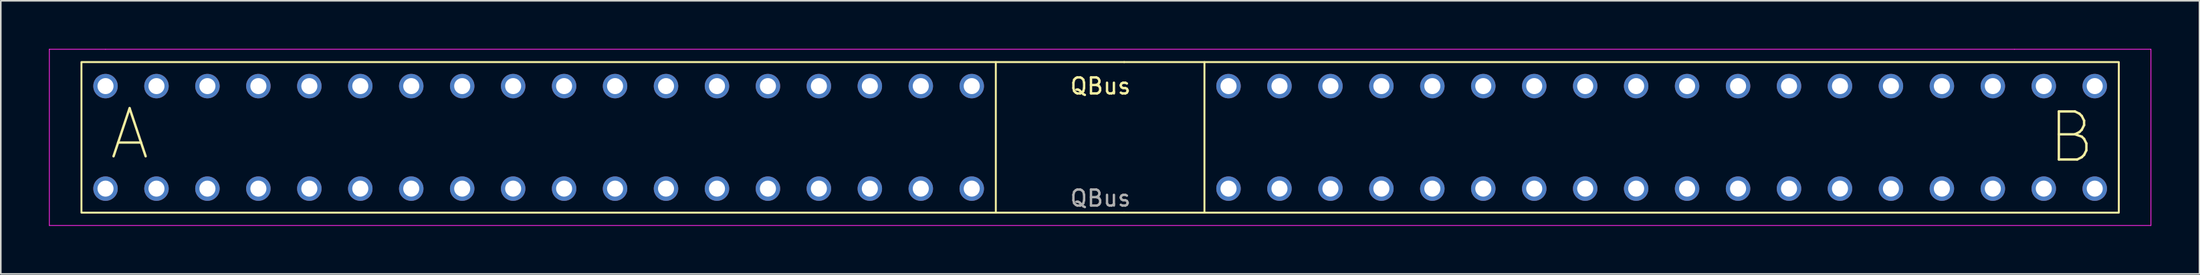
<source format=kicad_pcb>
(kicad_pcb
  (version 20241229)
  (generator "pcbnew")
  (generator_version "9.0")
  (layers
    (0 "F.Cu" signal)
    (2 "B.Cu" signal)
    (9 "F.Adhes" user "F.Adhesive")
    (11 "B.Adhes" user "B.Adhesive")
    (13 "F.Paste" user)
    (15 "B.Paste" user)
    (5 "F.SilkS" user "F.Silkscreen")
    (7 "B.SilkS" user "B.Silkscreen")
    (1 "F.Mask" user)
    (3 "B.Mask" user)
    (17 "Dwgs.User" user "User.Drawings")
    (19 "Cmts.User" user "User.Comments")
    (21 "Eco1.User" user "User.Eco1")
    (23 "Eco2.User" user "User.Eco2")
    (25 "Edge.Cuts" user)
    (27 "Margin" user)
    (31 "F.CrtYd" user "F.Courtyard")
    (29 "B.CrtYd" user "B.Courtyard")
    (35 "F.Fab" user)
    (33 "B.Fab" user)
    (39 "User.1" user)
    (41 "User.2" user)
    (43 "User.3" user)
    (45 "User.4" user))
  (footprint "QBus"
    (layer "F.Cu")
    (at 3.525 2.325)
    (property "Reference" "QBus" (at 62 0 0) (unlocked yes) (layer "F.SilkS") (effects (font (size 1 1) (thickness 0.15))))
    (attr through_hole)
    (fp_line (start 55.475 -1.5) (end 63.475 -1.5) (stroke (width 0.12) (type solid)) (layer "F.SilkS"))
    (fp_line (start 55.475 7.9) (end 63.475 7.9) (stroke (width 0.12) (type solid)) (layer "F.SilkS"))
    (fp_line (start 63.475 -1.5) (end 68.475 -1.5) (stroke (width 0.12) (type solid)) (layer "F.SilkS"))
    (fp_line (start 63.475 7.9) (end 68.475 7.9) (stroke (width 0.12) (type solid)) (layer "F.SilkS"))
    (fp_rect (start -1.5 -1.5) (end 55.475 7.9) (stroke (width 0.12) (type solid)) (fill no) (layer "F.SilkS"))
    (fp_rect (start 68.475 -1.5) (end 125.45 7.9) (stroke (width 0.12) (type solid)) (fill no) (layer "F.SilkS"))
    (fp_line (start -3.5 -2.3) (end -3.5 8.7) (stroke (width 0.05) (type solid)) (layer "F.CrtYd"))
    (fp_line (start 0 -2.3) (end -3.5 -2.3) (stroke (width 0.05) (type solid)) (layer "F.CrtYd"))
    (fp_line (start 0 -2.3) (end 118.95 -2.3) (stroke (width 0.05) (type solid)) (layer "F.CrtYd"))
    (fp_line (start 118.95 -2.3) (end 127.45 -2.3) (stroke (width 0.05) (type solid)) (layer "F.CrtYd"))
    (fp_line (start 127.45 -2.3) (end 127.45 8.7) (stroke (width 0.05) (type solid)) (layer "F.CrtYd"))
    (fp_line (start 127.45 8.7) (end -3.5 8.7) (stroke (width 0.05) (type solid)) (layer "F.CrtYd"))
    (fp_text user "A" (at 1.5 3 0) (unlocked yes) (layer "F.SilkS") (effects (font (size 3 3) (thickness 0.15))))
    (fp_text user "B" (at 122.5 3.2 0) (unlocked yes) (layer "F.SilkS") (effects (font (size 3 3) (thickness 0.15))))
    (fp_text user "${REFERENCE}" (at 62 7 0) (unlocked yes) (layer "F.Fab") (effects (font (size 1 1) (thickness 0.15))))
    (pad "AA1" thru_hole circle (at 0 0) (size 1.524 1.524) (drill 1) (layers "*.Cu" "*.Mask"))
    (pad "AA2" thru_hole circle (at 0 6.4) (size 1.524 1.524) (drill 1) (layers "*.Cu" "*.Mask"))
    (pad "AB1" thru_hole circle (at 3.175 0) (size 1.524 1.524) (drill 1) (layers "*.Cu" "*.Mask"))
    (pad "AB2" thru_hole circle (at 3.175 6.4) (size 1.524 1.524) (drill 1) (layers "*.Cu" "*.Mask"))
    (pad "AC1" thru_hole circle (at 6.35 0) (size 1.524 1.524) (drill 1) (layers "*.Cu" "*.Mask"))
    (pad "AC2" thru_hole circle (at 6.35 6.4) (size 1.524 1.524) (drill 1) (layers "*.Cu" "*.Mask"))
    (pad "AD1" thru_hole circle (at 9.525 0) (size 1.524 1.524) (drill 1) (layers "*.Cu" "*.Mask"))
    (pad "AD2" thru_hole circle (at 9.525 6.4) (size 1.524 1.524) (drill 1) (layers "*.Cu" "*.Mask"))
    (pad "AE1" thru_hole circle (at 12.7 0) (size 1.524 1.524) (drill 1) (layers "*.Cu" "*.Mask"))
    (pad "AE2" thru_hole circle (at 12.7 6.4) (size 1.524 1.524) (drill 1) (layers "*.Cu" "*.Mask"))
    (pad "AF1" thru_hole circle (at 15.875 0) (size 1.524 1.524) (drill 1) (layers "*.Cu" "*.Mask"))
    (pad "AF2" thru_hole circle (at 15.875 6.4) (size 1.524 1.524) (drill 1) (layers "*.Cu" "*.Mask"))
    (pad "AH1" thru_hole circle (at 19.05 0) (size 1.524 1.524) (drill 1) (layers "*.Cu" "*.Mask"))
    (pad "AH2" thru_hole circle (at 19.05 6.4) (size 1.524 1.524) (drill 1) (layers "*.Cu" "*.Mask"))
    (pad "AJ1" thru_hole circle (at 22.225 0) (size 1.524 1.524) (drill 1) (layers "*.Cu" "*.Mask"))
    (pad "AJ2" thru_hole circle (at 22.225 6.4) (size 1.524 1.524) (drill 1) (layers "*.Cu" "*.Mask"))
    (pad "AK1" thru_hole circle (at 25.4 0) (size 1.524 1.524) (drill 1) (layers "*.Cu" "*.Mask"))
    (pad "AK2" thru_hole circle (at 25.4 6.4) (size 1.524 1.524) (drill 1) (layers "*.Cu" "*.Mask"))
    (pad "AL1" thru_hole circle (at 28.575 0) (size 1.524 1.524) (drill 1) (layers "*.Cu" "*.Mask"))
    (pad "AL2" thru_hole circle (at 28.575 6.4) (size 1.524 1.524) (drill 1) (layers "*.Cu" "*.Mask"))
    (pad "AM1" thru_hole circle (at 31.75 0) (size 1.524 1.524) (drill 1) (layers "*.Cu" "*.Mask"))
    (pad "AM2" thru_hole circle (at 31.75 6.4) (size 1.524 1.524) (drill 1) (layers "*.Cu" "*.Mask"))
    (pad "AN1" thru_hole circle (at 34.925 0) (size 1.524 1.524) (drill 1) (layers "*.Cu" "*.Mask"))
    (pad "AN2" thru_hole circle (at 34.925 6.4) (size 1.524 1.524) (drill 1) (layers "*.Cu" "*.Mask"))
    (pad "AP1" thru_hole circle (at 38.1 0) (size 1.524 1.524) (drill 1) (layers "*.Cu" "*.Mask"))
    (pad "AP2" thru_hole circle (at 38.1 6.4) (size 1.524 1.524) (drill 1) (layers "*.Cu" "*.Mask"))
    (pad "AR1" thru_hole circle (at 41.275 0) (size 1.524 1.524) (drill 1) (layers "*.Cu" "*.Mask"))
    (pad "AR2" thru_hole circle (at 41.275 6.4) (size 1.524 1.524) (drill 1) (layers "*.Cu" "*.Mask"))
    (pad "AS1" thru_hole circle (at 44.45 0) (size 1.524 1.524) (drill 1) (layers "*.Cu" "*.Mask"))
    (pad "AS2" thru_hole circle (at 44.45 6.4) (size 1.524 1.524) (drill 1) (layers "*.Cu" "*.Mask"))
    (pad "AT1" thru_hole circle (at 47.625 0) (size 1.524 1.524) (drill 1) (layers "*.Cu" "*.Mask"))
    (pad "AT2" thru_hole circle (at 47.625 6.4) (size 1.524 1.524) (drill 1) (layers "*.Cu" "*.Mask"))
    (pad "AU1" thru_hole circle (at 50.8 0) (size 1.524 1.524) (drill 1) (layers "*.Cu" "*.Mask"))
    (pad "AU2" thru_hole circle (at 50.8 6.4) (size 1.524 1.524) (drill 1) (layers "*.Cu" "*.Mask"))
    (pad "AV1" thru_hole circle (at 53.975 0) (size 1.524 1.524) (drill 1) (layers "*.Cu" "*.Mask"))
    (pad "AV2" thru_hole circle (at 53.975 6.4) (size 1.524 1.524) (drill 1) (layers "*.Cu" "*.Mask"))
    (pad "BA1" thru_hole circle (at 69.975 0) (size 1.524 1.524) (drill 1) (layers "*.Cu" "*.Mask"))
    (pad "BA2" thru_hole circle (at 69.975 6.4) (size 1.524 1.524) (drill 1) (layers "*.Cu" "*.Mask"))
    (pad "BB1" thru_hole circle (at 73.15 0) (size 1.524 1.524) (drill 1) (layers "*.Cu" "*.Mask"))
    (pad "BB2" thru_hole circle (at 73.15 6.4) (size 1.524 1.524) (drill 1) (layers "*.Cu" "*.Mask"))
    (pad "BC1" thru_hole circle (at 76.325 0) (size 1.524 1.524) (drill 1) (layers "*.Cu" "*.Mask"))
    (pad "BC2" thru_hole circle (at 76.325 6.4) (size 1.524 1.524) (drill 1) (layers "*.Cu" "*.Mask"))
    (pad "BD1" thru_hole circle (at 79.5 0) (size 1.524 1.524) (drill 1) (layers "*.Cu" "*.Mask"))
    (pad "BD2" thru_hole circle (at 79.5 6.4) (size 1.524 1.524) (drill 1) (layers "*.Cu" "*.Mask"))
    (pad "BE1" thru_hole circle (at 82.675 0) (size 1.524 1.524) (drill 1) (layers "*.Cu" "*.Mask"))
    (pad "BE2" thru_hole circle (at 82.675 6.4) (size 1.524 1.524) (drill 1) (layers "*.Cu" "*.Mask"))
    (pad "BF1" thru_hole circle (at 85.85 0) (size 1.524 1.524) (drill 1) (layers "*.Cu" "*.Mask"))
    (pad "BF2" thru_hole circle (at 85.85 6.4) (size 1.524 1.524) (drill 1) (layers "*.Cu" "*.Mask"))
    (pad "BH1" thru_hole circle (at 89.025 0) (size 1.524 1.524) (drill 1) (layers "*.Cu" "*.Mask"))
    (pad "BH2" thru_hole circle (at 89.025 6.4) (size 1.524 1.524) (drill 1) (layers "*.Cu" "*.Mask"))
    (pad "BJ1" thru_hole circle (at 92.2 0) (size 1.524 1.524) (drill 1) (layers "*.Cu" "*.Mask"))
    (pad "BJ2" thru_hole circle (at 92.2 6.4) (size 1.524 1.524) (drill 1) (layers "*.Cu" "*.Mask"))
    (pad "BK1" thru_hole circle (at 95.375 0) (size 1.524 1.524) (drill 1) (layers "*.Cu" "*.Mask"))
    (pad "BK2" thru_hole circle (at 95.375 6.4) (size 1.524 1.524) (drill 1) (layers "*.Cu" "*.Mask"))
    (pad "BL1" thru_hole circle (at 98.55 0) (size 1.524 1.524) (drill 1) (layers "*.Cu" "*.Mask"))
    (pad "BL2" thru_hole circle (at 98.55 6.4) (size 1.524 1.524) (drill 1) (layers "*.Cu" "*.Mask"))
    (pad "BM1" thru_hole circle (at 101.725 0) (size 1.524 1.524) (drill 1) (layers "*.Cu" "*.Mask"))
    (pad "BM2" thru_hole circle (at 101.725 6.4) (size 1.524 1.524) (drill 1) (layers "*.Cu" "*.Mask"))
    (pad "BN1" thru_hole circle (at 104.9 0) (size 1.524 1.524) (drill 1) (layers "*.Cu" "*.Mask"))
    (pad "BN2" thru_hole circle (at 104.9 6.4) (size 1.524 1.524) (drill 1) (layers "*.Cu" "*.Mask"))
    (pad "BP1" thru_hole circle (at 108.075 0) (size 1.524 1.524) (drill 1) (layers "*.Cu" "*.Mask"))
    (pad "BP2" thru_hole circle (at 108.075 6.4) (size 1.524 1.524) (drill 1) (layers "*.Cu" "*.Mask"))
    (pad "BR1" thru_hole circle (at 111.25 0) (size 1.524 1.524) (drill 1) (layers "*.Cu" "*.Mask"))
    (pad "BR2" thru_hole circle (at 111.25 6.4) (size 1.524 1.524) (drill 1) (layers "*.Cu" "*.Mask"))
    (pad "BS1" thru_hole circle (at 114.425 0) (size 1.524 1.524) (drill 1) (layers "*.Cu" "*.Mask"))
    (pad "BS2" thru_hole circle (at 114.425 6.4) (size 1.524 1.524) (drill 1) (layers "*.Cu" "*.Mask"))
    (pad "BT1" thru_hole circle (at 117.6 0) (size 1.524 1.524) (drill 1) (layers "*.Cu" "*.Mask"))
    (pad "BT2" thru_hole circle (at 117.6 6.4) (size 1.524 1.524) (drill 1) (layers "*.Cu" "*.Mask"))
    (pad "BU1" thru_hole circle (at 120.775 0) (size 1.524 1.524) (drill 1) (layers "*.Cu" "*.Mask"))
    (pad "BU2" thru_hole circle (at 120.775 6.4) (size 1.524 1.524) (drill 1) (layers "*.Cu" "*.Mask"))
    (pad "BV1" thru_hole circle (at 123.95 0) (size 1.524 1.524) (drill 1) (layers "*.Cu" "*.Mask"))
    (pad "BV2" thru_hole circle (at 123.95 6.4) (size 1.524 1.524) (drill 1) (layers "*.Cu" "*.Mask")))
  (gr_rect
    (start -3 -3)
    (end 134 14.05)
    (stroke (width 0.1) (type default))
    (fill no)
    (layer "Edge.Cuts")))
</source>
